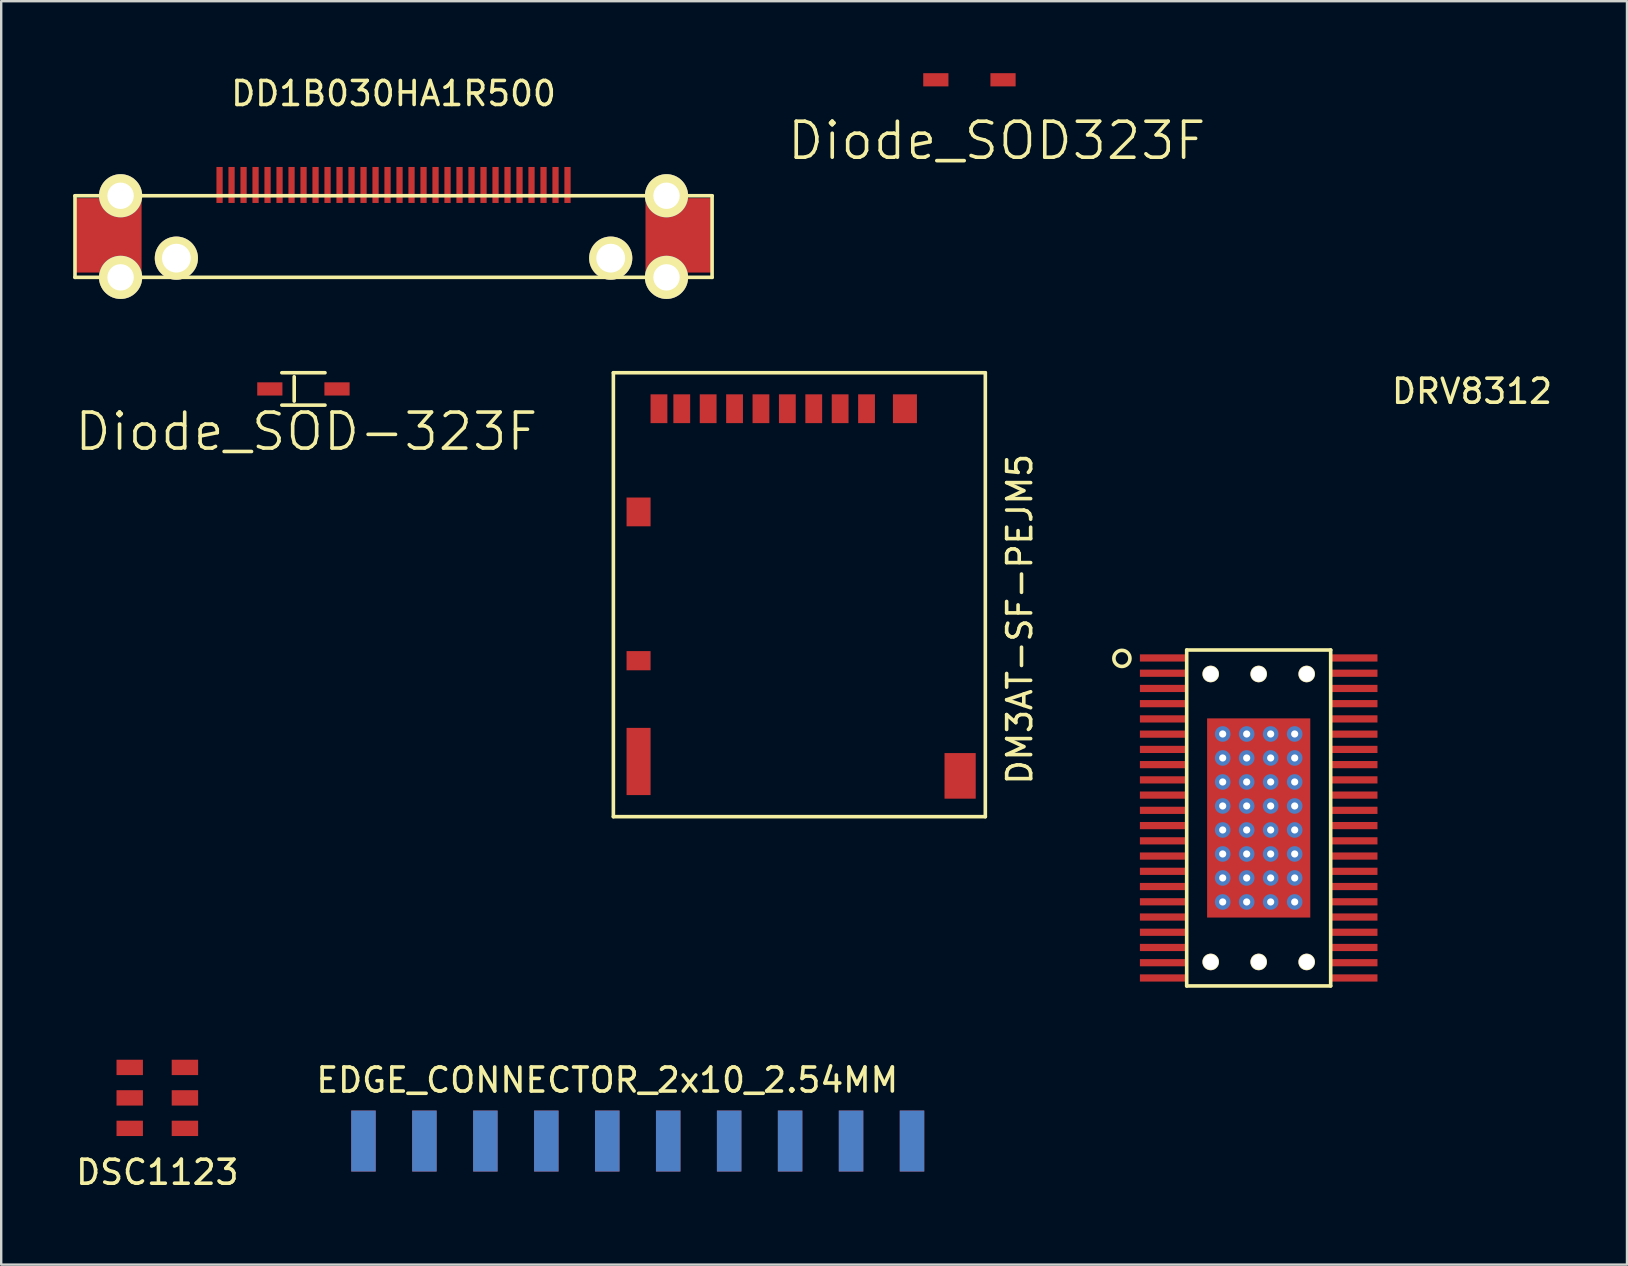
<source format=kicad_pcb>
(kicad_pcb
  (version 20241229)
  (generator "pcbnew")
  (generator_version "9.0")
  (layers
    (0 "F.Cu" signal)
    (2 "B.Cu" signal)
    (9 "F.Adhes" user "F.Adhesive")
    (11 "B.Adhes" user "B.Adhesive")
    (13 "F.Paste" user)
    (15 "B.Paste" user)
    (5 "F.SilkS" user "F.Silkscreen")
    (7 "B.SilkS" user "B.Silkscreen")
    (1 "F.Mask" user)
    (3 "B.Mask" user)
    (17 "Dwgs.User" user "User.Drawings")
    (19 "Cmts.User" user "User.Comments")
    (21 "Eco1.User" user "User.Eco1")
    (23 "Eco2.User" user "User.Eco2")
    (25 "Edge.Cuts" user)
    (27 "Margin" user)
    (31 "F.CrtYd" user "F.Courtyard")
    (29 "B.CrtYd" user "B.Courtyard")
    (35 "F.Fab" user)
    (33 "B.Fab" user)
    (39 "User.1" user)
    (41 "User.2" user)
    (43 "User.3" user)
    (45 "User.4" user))
  (footprint "DRV8312"
    (layer "F.Cu")
    (at 49.403 31.037)
    (property "Reference" "DRV8312" (at 8.89 -17.78 0) (layer "F.SilkS") (effects (font (size 1 1) (thickness 0.15))))
    (attr through_hole)
    (fp_line (start -3 -7) (end 3 -7) (stroke (width 0.15) (type solid)) (layer "F.SilkS"))
    (fp_line (start -3 7) (end -3 -7) (stroke (width 0.15) (type solid)) (layer "F.SilkS"))
    (fp_line (start 3 -7) (end 3 7) (stroke (width 0.15) (type solid)) (layer "F.SilkS"))
    (fp_line (start 3 7) (end -3 7) (stroke (width 0.15) (type solid)) (layer "F.SilkS"))
    (fp_circle (center -5.7 -6.65) (end -5.4 -6.5) (stroke (width 0.15) (type solid)) (fill no) (layer "F.SilkS"))
    (pad "1" smd rect (at -4 -6.668) (size 1.9 0.3) (layers "F.Cu" "F.Mask" "F.Paste"))
    (pad "2" smd rect (at -4 -6.032) (size 1.9 0.3) (layers "F.Cu" "F.Mask" "F.Paste"))
    (pad "3" smd rect (at -4 -5.397) (size 1.9 0.3) (layers "F.Cu" "F.Mask" "F.Paste"))
    (pad "4" smd rect (at -4 -4.763) (size 1.9 0.3) (layers "F.Cu" "F.Mask" "F.Paste"))
    (pad "5" smd rect (at -4 -4.128) (size 1.9 0.3) (layers "F.Cu" "F.Mask" "F.Paste"))
    (pad "6" smd rect (at -4 -3.493) (size 1.9 0.3) (layers "F.Cu" "F.Mask" "F.Paste"))
    (pad "7" smd rect (at -4 -2.857) (size 1.9 0.3) (layers "F.Cu" "F.Mask" "F.Paste"))
    (pad "8" smd rect (at -4 -2.223) (size 1.9 0.3) (layers "F.Cu" "F.Mask" "F.Paste"))
    (pad "9" smd rect (at -4 -1.587) (size 1.9 0.3) (layers "F.Cu" "F.Mask" "F.Paste"))
    (pad "10" smd rect (at -4 -0.953) (size 1.9 0.3) (layers "F.Cu" "F.Mask" "F.Paste"))
    (pad "11" smd rect (at -4 -0.318) (size 1.9 0.3) (layers "F.Cu" "F.Mask" "F.Paste"))
    (pad "12" smd rect (at -4 0.318) (size 1.9 0.3) (layers "F.Cu" "F.Mask" "F.Paste"))
    (pad "13" smd rect (at -4 0.953) (size 1.9 0.3) (layers "F.Cu" "F.Mask" "F.Paste"))
    (pad "14" smd rect (at -4 1.587) (size 1.9 0.3) (layers "F.Cu" "F.Mask" "F.Paste"))
    (pad "15" smd rect (at -4 2.223) (size 1.9 0.3) (layers "F.Cu" "F.Mask" "F.Paste"))
    (pad "16" smd rect (at -4 2.857) (size 1.9 0.3) (layers "F.Cu" "F.Mask" "F.Paste"))
    (pad "17" smd rect (at -4 3.493) (size 1.9 0.3) (layers "F.Cu" "F.Mask" "F.Paste"))
    (pad "18" smd rect (at -4 4.128) (size 1.9 0.3) (layers "F.Cu" "F.Mask" "F.Paste"))
    (pad "19" smd rect (at -4 4.763) (size 1.9 0.3) (layers "F.Cu" "F.Mask" "F.Paste"))
    (pad "20" smd rect (at -4 5.397) (size 1.9 0.3) (layers "F.Cu" "F.Mask" "F.Paste"))
    (pad "21" smd rect (at -4 6.032) (size 1.9 0.3) (layers "F.Cu" "F.Mask" "F.Paste"))
    (pad "22" smd rect (at -4 6.668) (size 1.9 0.3) (layers "F.Cu" "F.Mask" "F.Paste"))
    (pad "23" smd rect (at 4 6.668) (size 1.9 0.3) (layers "F.Cu" "F.Mask" "F.Paste"))
    (pad "24" smd rect (at 4 6.032) (size 1.9 0.3) (layers "F.Cu" "F.Mask" "F.Paste"))
    (pad "25" smd rect (at 4 5.397) (size 1.9 0.3) (layers "F.Cu" "F.Mask" "F.Paste"))
    (pad "26" smd rect (at 4 4.763) (size 1.9 0.3) (layers "F.Cu" "F.Mask" "F.Paste"))
    (pad "27" smd rect (at 4 4.128) (size 1.9 0.3) (layers "F.Cu" "F.Mask" "F.Paste"))
    (pad "28" smd rect (at 4 3.493) (size 1.9 0.3) (layers "F.Cu" "F.Mask" "F.Paste"))
    (pad "29" smd rect (at 4 2.857) (size 1.9 0.3) (layers "F.Cu" "F.Mask" "F.Paste"))
    (pad "30" smd rect (at 4 2.223) (size 1.9 0.3) (layers "F.Cu" "F.Mask" "F.Paste"))
    (pad "31" smd rect (at 4 1.587) (size 1.9 0.3) (layers "F.Cu" "F.Mask" "F.Paste"))
    (pad "32" smd rect (at 4 0.953) (size 1.9 0.3) (layers "F.Cu" "F.Mask" "F.Paste"))
    (pad "33" smd rect (at 4 0.318) (size 1.9 0.3) (layers "F.Cu" "F.Mask" "F.Paste"))
    (pad "34" smd rect (at 4 -0.318) (size 1.9 0.3) (layers "F.Cu" "F.Mask" "F.Paste"))
    (pad "35" smd rect (at 4 -0.953) (size 1.9 0.3) (layers "F.Cu" "F.Mask" "F.Paste"))
    (pad "36" smd rect (at 4 -1.587) (size 1.9 0.3) (layers "F.Cu" "F.Mask" "F.Paste"))
    (pad "37" smd rect (at 4 -2.223) (size 1.9 0.3) (layers "F.Cu" "F.Mask" "F.Paste"))
    (pad "38" smd rect (at 4 -2.857) (size 1.9 0.3) (layers "F.Cu" "F.Mask" "F.Paste"))
    (pad "39" smd rect (at 4 -3.493) (size 1.9 0.3) (layers "F.Cu" "F.Mask" "F.Paste"))
    (pad "40" smd rect (at 4 -4.128) (size 1.9 0.3) (layers "F.Cu" "F.Mask" "F.Paste"))
    (pad "41" smd rect (at 4 -4.763) (size 1.9 0.3) (layers "F.Cu" "F.Mask" "F.Paste"))
    (pad "42" smd rect (at 4 -5.397) (size 1.9 0.3) (layers "F.Cu" "F.Mask" "F.Paste"))
    (pad "43" smd rect (at 4 -6.032) (size 1.9 0.3) (layers "F.Cu" "F.Mask" "F.Paste"))
    (pad "44" smd rect (at 4 -6.668) (size 1.9 0.3) (layers "F.Cu" "F.Mask" "F.Paste"))
    (pad "45" thru_hole circle (at -2 -6) (size 0.69 0.69) (drill 0.635) (layers "*.Cu" "*.Mask" "F.SilkS"))
    (pad "46" thru_hole circle (at -0.5 0.5) (size 0.65 0.65) (drill 0.3) (layers "*.Cu" "*.Mask"))
    (pad "47" thru_hole circle (at 0.5 0.5) (size 0.65 0.65) (drill 0.3) (layers "*.Cu" "*.Mask"))
    (pad "48" thru_hole circle (at 0.5 1.5) (size 0.65 0.65) (drill 0.3) (layers "*.Cu" "*.Mask"))
    (pad "49" thru_hole circle (at -0.5 1.5) (size 0.65 0.65) (drill 0.3) (layers "*.Cu" "*.Mask"))
    (pad "50" thru_hole circle (at -0.5 2.5) (size 0.65 0.65) (drill 0.3) (layers "*.Cu" "*.Mask"))
    (pad "51" thru_hole circle (at -0.5 3.5) (size 0.65 0.65) (drill 0.3) (layers "*.Cu" "*.Mask"))
    (pad "52" thru_hole circle (at 0.5 3.5) (size 0.65 0.65) (drill 0.3) (layers "*.Cu" "*.Mask"))
    (pad "53" thru_hole circle (at 0.5 2.5) (size 0.65 0.65) (drill 0.3) (layers "*.Cu" "*.Mask"))
    (pad "54" thru_hole circle (at 1.5 2.5) (size 0.65 0.65) (drill 0.3) (layers "*.Cu" "*.Mask"))
    (pad "55" thru_hole circle (at 1.5 3.5) (size 0.65 0.65) (drill 0.3) (layers "*.Cu" "*.Mask"))
    (pad "56" thru_hole circle (at 1.5 1.5) (size 0.65 0.65) (drill 0.3) (layers "*.Cu" "*.Mask"))
    (pad "57" thru_hole circle (at 1.5 0.5) (size 0.65 0.65) (drill 0.3) (layers "*.Cu" "*.Mask"))
    (pad "58" thru_hole circle (at -1.5 0.5) (size 0.65 0.65) (drill 0.3) (layers "*.Cu" "*.Mask"))
    (pad "59" thru_hole circle (at -1.5 1.5) (size 0.65 0.65) (drill 0.3) (layers "*.Cu" "*.Mask"))
    (pad "60" thru_hole circle (at -1.5 2.5) (size 0.65 0.65) (drill 0.3) (layers "*.Cu" "*.Mask"))
    (pad "61" thru_hole circle (at -1.5 3.5) (size 0.65 0.65) (drill 0.3) (layers "*.Cu" "*.Mask"))
    (pad "62" thru_hole circle (at 1.5 -0.5) (size 0.65 0.65) (drill 0.3) (layers "*.Cu" "*.Mask"))
    (pad "63" thru_hole circle (at 1.5 -1.5) (size 0.65 0.65) (drill 0.3) (layers "*.Cu" "*.Mask"))
    (pad "64" thru_hole circle (at 1.5 -2.5) (size 0.65 0.65) (drill 0.3) (layers "*.Cu" "*.Mask"))
    (pad "65" thru_hole circle (at 1.5 -3.5) (size 0.65 0.65) (drill 0.3) (layers "*.Cu" "*.Mask"))
    (pad "66" thru_hole circle (at 0.5 -3.5) (size 0.65 0.65) (drill 0.3) (layers "*.Cu" "*.Mask"))
    (pad "67" thru_hole circle (at 0.5 -2.5) (size 0.65 0.65) (drill 0.3) (layers "*.Cu" "*.Mask"))
    (pad "68" thru_hole circle (at 0.5 -1.5) (size 0.65 0.65) (drill 0.3) (layers "*.Cu" "*.Mask"))
    (pad "69" thru_hole circle (at 0.5 -0.5) (size 0.65 0.65) (drill 0.3) (layers "*.Cu" "*.Mask"))
    (pad "70" thru_hole circle (at -0.5 -0.5) (size 0.65 0.65) (drill 0.3) (layers "*.Cu" "*.Mask"))
    (pad "71" thru_hole circle (at -1.5 -0.5) (size 0.65 0.65) (drill 0.3) (layers "*.Cu" "*.Mask"))
    (pad "72" thru_hole circle (at 0 -6) (size 0.69 0.69) (drill 0.635) (layers "*.Cu" "*.Mask" "F.SilkS"))
    (pad "73" thru_hole circle (at -0.5 -1.5) (size 0.65 0.65) (drill 0.3) (layers "*.Cu" "*.Mask"))
    (pad "74" thru_hole circle (at 2 -6) (size 0.69 0.69) (drill 0.635) (layers "*.Cu" "*.Mask" "F.SilkS"))
    (pad "75" thru_hole circle (at -1.5 -1.5) (size 0.65 0.65) (drill 0.3) (layers "*.Cu" "*.Mask"))
    (pad "76" thru_hole circle (at -0.5 -2.5) (size 0.65 0.65) (drill 0.3) (layers "*.Cu" "*.Mask"))
    (pad "77" thru_hole circle (at -0.5 -3.5) (size 0.65 0.65) (drill 0.3) (layers "*.Cu" "*.Mask"))
    (pad "78" thru_hole circle (at -1.5 -3.5) (size 0.65 0.65) (drill 0.3) (layers "*.Cu" "*.Mask"))
    (pad "79" thru_hole circle (at -1.5 -2.5) (size 0.65 0.65) (drill 0.3) (layers "*.Cu" "*.Mask"))
    (pad "81" thru_hole circle (at 2 6) (size 0.69 0.69) (drill 0.635) (layers "*.Cu" "*.Mask" "F.SilkS"))
    (pad "82" thru_hole circle (at 0 6) (size 0.69 0.69) (drill 0.635) (layers "*.Cu" "*.Mask" "F.SilkS"))
    (pad "83" thru_hole circle (at -2 6) (size 0.69 0.69) (drill 0.635) (layers "*.Cu" "*.Mask" "F.SilkS"))
    (pad "PAD" smd rect (at 0 0) (size 4.3 8.3) (layers "F.Cu" "F.Mask" "F.Paste")))
  (footprint "EDGE_CONNECTOR_2x10_2.54MM"
    (layer "F.Cu")
    (at 22.256 44.5)
    (property "Reference" "EDGE_CONNECTOR_2x10_2.54MM" (at 0 -2.54 0) (layer "F.SilkS") (effects (font (size 1 1) (thickness 0.15))))
    (attr through_hole)
    (pad "1" connect rect (at -10.16 0) (size 1.02 2.54) (layers "F.Cu" "F.Mask"))
    (pad "2" connect rect (at -10.16 0) (size 1.02 2.54) (layers "B.Cu" "B.Mask"))
    (pad "3" connect rect (at -7.62 0) (size 1.02 2.54) (layers "F.Cu" "F.Mask"))
    (pad "4" connect rect (at -7.62 0) (size 1.02 2.54) (layers "B.Cu" "B.Mask"))
    (pad "5" connect rect (at -5.08 0) (size 1.02 2.54) (layers "F.Cu" "F.Mask"))
    (pad "6" connect rect (at -5.08 0) (size 1.02 2.54) (layers "B.Cu" "B.Mask"))
    (pad "7" connect rect (at -2.54 0) (size 1.02 2.54) (layers "F.Cu" "F.Mask"))
    (pad "8" connect rect (at -2.54 0) (size 1.02 2.54) (layers "B.Cu" "B.Mask"))
    (pad "9" connect rect (at 0 0) (size 1.02 2.54) (layers "F.Cu" "F.Mask"))
    (pad "10" connect rect (at 0 0) (size 1.02 2.54) (layers "B.Cu" "B.Mask"))
    (pad "11" connect rect (at 2.54 0) (size 1.02 2.54) (layers "F.Cu" "F.Mask"))
    (pad "12" connect rect (at 2.54 0) (size 1.02 2.54) (layers "B.Cu" "B.Mask"))
    (pad "13" connect rect (at 5.08 0) (size 1.02 2.54) (layers "F.Cu" "F.Mask"))
    (pad "14" connect rect (at 5.08 0) (size 1.02 2.54) (layers "B.Cu" "B.Mask"))
    (pad "15" connect rect (at 7.62 0) (size 1.02 2.54) (layers "F.Cu" "F.Mask"))
    (pad "16" connect rect (at 7.62 0) (size 1.02 2.54) (layers "B.Cu" "B.Mask"))
    (pad "17" connect rect (at 10.16 0) (size 1.02 2.54) (layers "F.Cu" "F.Mask"))
    (pad "18" connect rect (at 10.16 0) (size 1.02 2.54) (layers "B.Cu" "B.Mask"))
    (pad "19" connect rect (at 12.7 0) (size 1.02 2.54) (layers "F.Cu" "F.Mask"))
    (pad "20" connect rect (at 12.7 0) (size 1.02 2.54) (layers "B.Cu" "B.Mask")))
  (footprint "DM3AT-SF-PEJM5"
    (layer "F.Cu")
    (at 29.761 21.983)
    (property "Reference" "DM3AT-SF-PEJM5" (at 9.684 0.77 90) (layer "F.SilkS") (effects (font (size 1 1) (thickness 0.15))))
    (fp_line (start -7.25 -9.5) (end -7.25 9) (stroke (width 0.15) (type solid)) (layer "F.SilkS"))
    (fp_line (start -7.25 9) (end 8.25 9) (stroke (width 0.15) (type solid)) (layer "F.SilkS"))
    (fp_line (start 8.25 -9.5) (end -7.25 -9.5) (stroke (width 0.15) (type solid)) (layer "F.SilkS"))
    (fp_line (start 8.25 9) (end 8.25 -9.5) (stroke (width 0.15) (type solid)) (layer "F.SilkS"))
    (pad "1" smd rect (at 3.3 -8) (size 0.7 1.2) (layers "F.Cu" "F.Mask" "F.Paste"))
    (pad "2" smd rect (at 2.2 -8) (size 0.7 1.2) (layers "F.Cu" "F.Mask" "F.Paste"))
    (pad "3" smd rect (at 1.1 -8) (size 0.7 1.2) (layers "F.Cu" "F.Mask" "F.Paste"))
    (pad "4" smd rect (at 0 -8) (size 0.7 1.2) (layers "F.Cu" "F.Mask" "F.Paste"))
    (pad "5" smd rect (at -1.1 -8) (size 0.7 1.2) (layers "F.Cu" "F.Mask" "F.Paste"))
    (pad "6" smd rect (at -2.2 -8) (size 0.7 1.2) (layers "F.Cu" "F.Mask" "F.Paste"))
    (pad "7" smd rect (at -3.3 -8) (size 0.7 1.2) (layers "F.Cu" "F.Mask" "F.Paste"))
    (pad "8" smd rect (at -4.4 -8) (size 0.7 1.2) (layers "F.Cu" "F.Mask" "F.Paste"))
    (pad "9" smd rect (at -5.35 -8) (size 0.7 1.2) (layers "F.Cu" "F.Mask" "F.Paste"))
    (pad "10" smd rect (at -6.2 2.5) (size 1 0.8) (layers "F.Cu" "F.Mask" "F.Paste"))
    (pad "11" smd rect (at -6.2 -3.7) (size 1 1.2) (layers "F.Cu" "F.Mask" "F.Paste"))
    (pad "11" smd rect (at -6.2 6.7) (size 1 2.8) (layers "F.Cu" "F.Mask" "F.Paste"))
    (pad "11" smd rect (at 4.9 -8) (size 1 1.2) (layers "F.Cu" "F.Mask" "F.Paste"))
    (pad "11" smd rect (at 7.2 7.3) (size 1.3 1.9) (layers "F.Cu" "F.Mask" "F.Paste")))
  (footprint "DSC1123"
    (layer "F.Cu")
    (at 3.506 42.702)
    (property "Reference" "DSC1123" (at 0 3.1 0) (layer "F.SilkS") (effects (font (size 1 1) (thickness 0.15))))
    (attr through_hole)
    (pad "1" smd rect (at -1.15 -1.27) (size 1.1 0.64) (layers "F.Cu" "F.Mask" "F.Paste"))
    (pad "2" smd rect (at -1.15 0) (size 1.1 0.64) (layers "F.Cu" "F.Mask" "F.Paste"))
    (pad "3" smd rect (at -1.15 1.27) (size 1.1 0.64) (layers "F.Cu" "F.Mask" "F.Paste"))
    (pad "4" smd rect (at 1.15 1.27) (size 1.1 0.64) (layers "F.Cu" "F.Mask" "F.Paste"))
    (pad "5" smd rect (at 1.15 0) (size 1.1 0.64) (layers "F.Cu" "F.Mask" "F.Paste"))
    (pad "6" smd rect (at 1.15 -1.27) (size 1.1 0.64) (layers "F.Cu" "F.Mask" "F.Paste")))
  (footprint "Diode_SOD323F"
    (layer "F.Cu")
    (at 35.949 0.275)
    (property "Reference" "Diode_SOD323F" (at 2.54 2.54 0) (layer "F.SilkS") (effects (font (size 1.5 1.5) (thickness 0.15))))
    (attr through_hole)
    (pad "1" smd rect (at 0 0) (size 1.05 0.55) (layers "F.Cu" "F.Mask" "F.Paste"))
    (pad "2" smd rect (at 2.8 0) (size 1.05 0.55) (layers "F.Cu" "F.Mask" "F.Paste")))
  (footprint "Diode_SOD-323F"
    (layer "F.Cu")
    (at 8.194 13.158)
    (property "Reference" "Diode_SOD-323F" (at 1.524 1.778 0) (layer "F.SilkS") (effects (font (size 1.5 1.5) (thickness 0.15))))
    (attr through_hole)
    (fp_line (start 0.5 -0.675) (end 2.3 -0.675) (stroke (width 0.15) (type solid)) (layer "F.SilkS"))
    (fp_line (start 0.5 0.675) (end 2.3 0.675) (stroke (width 0.15) (type solid)) (layer "F.SilkS"))
    (fp_line (start 1.016 0.508) (end 1.016 -0.508) (stroke (width 0.15) (type solid)) (layer "F.SilkS"))
    (pad "1" smd rect (at 0 0) (size 1.05 0.55) (layers "F.Cu" "F.Mask" "F.Paste"))
    (pad "2" smd rect (at 2.8 0) (size 1.05 0.55) (layers "F.Cu" "F.Mask" "F.Paste")))
  (footprint "DD1B030HA1R500"
    (layer "F.Cu")
    (at 13.35 4.658)
    (property "Reference" "DD1B030HA1R500" (at 0 -3.81 0) (layer "F.SilkS") (effects (font (size 1 1) (thickness 0.15))))
    (attr through_hole)
    (fp_line (start -13.275 0.45) (end -13.275 3.85) (stroke (width 0.15) (type solid)) (layer "F.SilkS"))
    (fp_line (start -13.275 3.85) (end 13.275 3.85) (stroke (width 0.15) (type solid)) (layer "F.SilkS"))
    (fp_line (start 13.275 0.45) (end -13.275 0.45) (stroke (width 0.15) (type solid)) (layer "F.SilkS"))
    (fp_line (start 13.275 0.45) (end 13.275 3.85) (stroke (width 0.15) (type solid)) (layer "F.SilkS"))
    (pad "1" smd rect (at -7.25 0) (size 0.26 1.5) (layers "F.Cu" "F.Mask" "F.Paste"))
    (pad "2" smd rect (at -6.75 0) (size 0.26 1.5) (layers "F.Cu" "F.Mask" "F.Paste"))
    (pad "3" smd rect (at -6.25 0) (size 0.26 1.5) (layers "F.Cu" "F.Mask" "F.Paste"))
    (pad "4" smd rect (at -5.75 0) (size 0.26 1.5) (layers "F.Cu" "F.Mask" "F.Paste"))
    (pad "5" smd rect (at -5.25 0) (size 0.26 1.5) (layers "F.Cu" "F.Mask" "F.Paste"))
    (pad "6" smd rect (at -4.75 0) (size 0.26 1.5) (layers "F.Cu" "F.Mask" "F.Paste"))
    (pad "7" smd rect (at -4.25 0) (size 0.26 1.5) (layers "F.Cu" "F.Mask" "F.Paste"))
    (pad "8" smd rect (at -3.75 0) (size 0.26 1.5) (layers "F.Cu" "F.Mask" "F.Paste"))
    (pad "9" smd rect (at -3.25 0) (size 0.26 1.5) (layers "F.Cu" "F.Mask" "F.Paste"))
    (pad "10" smd rect (at -2.75 0) (size 0.26 1.5) (layers "F.Cu" "F.Mask" "F.Paste"))
    (pad "11" smd rect (at -2.25 0) (size 0.26 1.5) (layers "F.Cu" "F.Mask" "F.Paste"))
    (pad "12" smd rect (at -1.75 0) (size 0.26 1.5) (layers "F.Cu" "F.Mask" "F.Paste"))
    (pad "13" smd rect (at -1.25 0) (size 0.26 1.5) (layers "F.Cu" "F.Mask" "F.Paste"))
    (pad "14" smd rect (at -0.75 0) (size 0.26 1.5) (layers "F.Cu" "F.Mask" "F.Paste"))
    (pad "15" smd rect (at -0.25 0) (size 0.26 1.5) (layers "F.Cu" "F.Mask" "F.Paste"))
    (pad "16" smd rect (at 0.25 0) (size 0.26 1.5) (layers "F.Cu" "F.Mask" "F.Paste"))
    (pad "17" smd rect (at 0.75 0) (size 0.26 1.5) (layers "F.Cu" "F.Mask" "F.Paste"))
    (pad "18" smd rect (at 1.25 0) (size 0.26 1.5) (layers "F.Cu" "F.Mask" "F.Paste"))
    (pad "19" smd rect (at 1.75 0) (size 0.26 1.5) (layers "F.Cu" "F.Mask" "F.Paste"))
    (pad "20" smd rect (at 2.25 0) (size 0.26 1.5) (layers "F.Cu" "F.Mask" "F.Paste"))
    (pad "21" smd rect (at 2.75 0) (size 0.26 1.5) (layers "F.Cu" "F.Mask" "F.Paste"))
    (pad "22" smd rect (at 3.25 0) (size 0.26 1.5) (layers "F.Cu" "F.Mask" "F.Paste"))
    (pad "23" smd rect (at 3.75 0) (size 0.26 1.5) (layers "F.Cu" "F.Mask" "F.Paste"))
    (pad "24" smd rect (at 4.25 0) (size 0.26 1.5) (layers "F.Cu" "F.Mask" "F.Paste"))
    (pad "25" smd rect (at 4.75 0) (size 0.26 1.5) (layers "F.Cu" "F.Mask" "F.Paste"))
    (pad "26" smd rect (at 5.25 0) (size 0.26 1.5) (layers "F.Cu" "F.Mask" "F.Paste"))
    (pad "27" smd rect (at 5.75 0) (size 0.26 1.5) (layers "F.Cu" "F.Mask" "F.Paste"))
    (pad "28" smd rect (at 6.25 0) (size 0.26 1.5) (layers "F.Cu" "F.Mask" "F.Paste"))
    (pad "29" smd rect (at 6.75 0) (size 0.26 1.5) (layers "F.Cu" "F.Mask" "F.Paste"))
    (pad "30" smd rect (at 7.25 0) (size 0.26 1.5) (layers "F.Cu" "F.Mask" "F.Paste"))
    (pad "PAD" smd rect (at -11.9 2.1) (size 2.8 3.1) (layers "F.Cu" "F.Mask" "F.Paste"))
    (pad "PAD" thru_hole circle (at -11.375 0.45) (size 1.8 1.8) (drill 1.1) (layers "*.Cu" "*.Mask" "F.SilkS"))
    (pad "PAD" thru_hole circle (at -11.375 3.85) (size 1.8 1.8) (drill 1.1) (layers "*.Cu" "*.Mask" "F.SilkS"))
    (pad "PAD" thru_hole circle (at -9.05 3.05) (size 1.8 1.8) (drill 1.2) (layers "*.Cu" "*.Mask" "F.SilkS"))
    (pad "PAD" thru_hole circle (at 9.05 3.05) (size 1.8 1.8) (drill 1.2) (layers "*.Cu" "*.Mask" "F.SilkS"))
    (pad "PAD" thru_hole circle (at 11.375 0.45) (size 1.8 1.8) (drill 1.1) (layers "*.Cu" "*.Mask" "F.SilkS"))
    (pad "PAD" thru_hole circle (at 11.375 3.85) (size 1.8 1.8) (drill 1.1) (layers "*.Cu" "*.Mask" "F.SilkS"))
    (pad "PAD" smd rect (at 11.9 2.1) (size 2.8 3.1) (layers "F.Cu" "F.Mask" "F.Paste")))
  (gr_rect
    (start -3 -3)
    (end 64.751 49.65)
    (stroke (width 0.1) (type default))
    (fill no)
    (layer "Edge.Cuts")))
</source>
